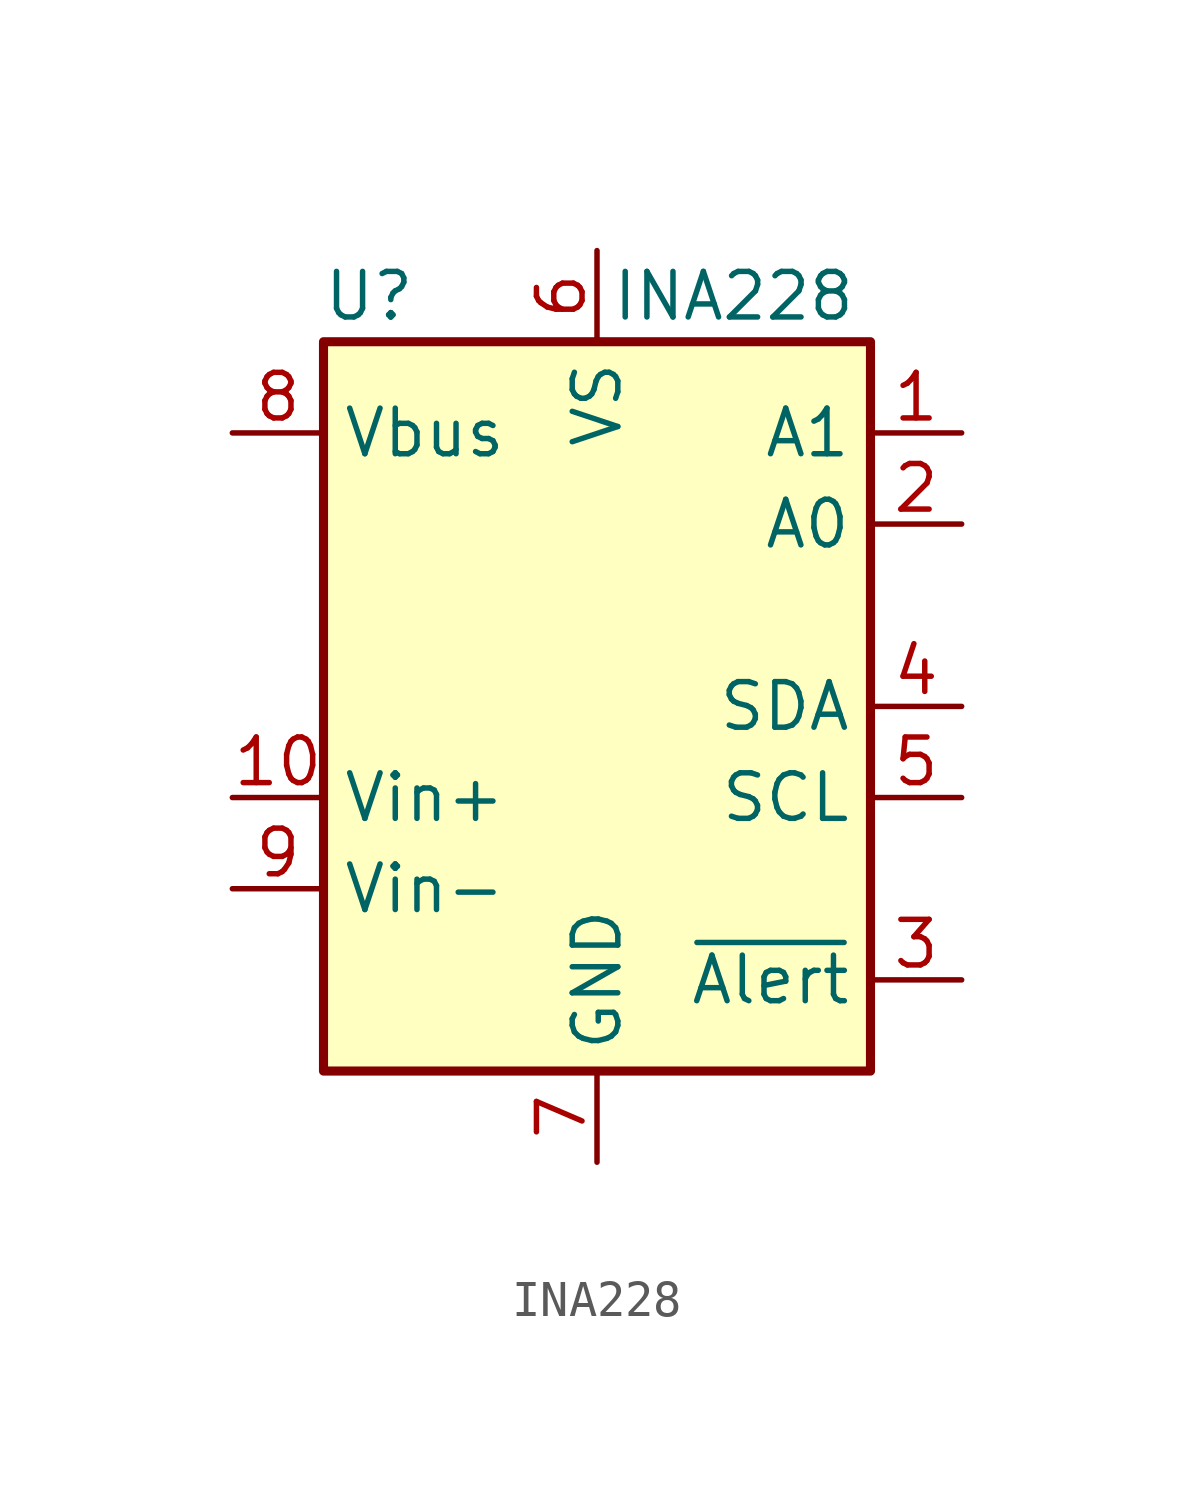
<source format=kicad_sym>
(kicad_symbol_lib
  (version 20220914)
  (generator kicad_symbol_editor)
  (symbol "INA228"
    (property "Reference" "U"
      (at -6.35 11.43 0)
      (effects (font (size 1.27 1.27))))
    (property "Value" "INA228"
      (at 3.81 11.43 0)
      (effects (font (size 1.27 1.27))))
    (symbol "INA228_0_1"
      (rectangle (start 7.62 10.16) (end -7.62 -10.16) (stroke (width 0.254) (type default)) (fill (type background))))
    (symbol "INA228_1_1"
      (pin input line (at 10.16 7.62 180) (length 2.54) (name "A1" (effects (font (size 1.27 1.27)))) (number "1" (effects (font (size 1.27 1.27)))))
      (pin input line (at -10.16 -2.54 0) (length 2.54) (name "Vin+" (effects (font (size 1.27 1.27)))) (number "10" (effects (font (size 1.27 1.27)))))
      (pin input line (at 10.16 5.08 180) (length 2.54) (name "A0" (effects (font (size 1.27 1.27)))) (number "2" (effects (font (size 1.27 1.27)))))
      (pin open_collector line (at 10.16 -7.62 180) (length 2.54) (name "~{Alert}" (effects (font (size 1.27 1.27)))) (number "3" (effects (font (size 1.27 1.27)))))
      (pin bidirectional line (at 10.16 0 180) (length 2.54) (name "SDA" (effects (font (size 1.27 1.27)))) (number "4" (effects (font (size 1.27 1.27)))))
      (pin input line (at 10.16 -2.54 180) (length 2.54) (name "SCL" (effects (font (size 1.27 1.27)))) (number "5" (effects (font (size 1.27 1.27)))))
      (pin power_in line (at 0 12.7 270) (length 2.54) (name "VS" (effects (font (size 1.27 1.27)))) (number "6" (effects (font (size 1.27 1.27)))))
      (pin power_in line (at 0 -12.7 90) (length 2.54) (name "GND" (effects (font (size 1.27 1.27)))) (number "7" (effects (font (size 1.27 1.27)))))
      (pin input line (at -10.16 7.62 0) (length 2.54) (name "Vbus" (effects (font (size 1.27 1.27)))) (number "8" (effects (font (size 1.27 1.27)))))
      (pin input line (at -10.16 -5.08 0) (length 2.54) (name "Vin-" (effects (font (size 1.27 1.27)))) (number "9" (effects (font (size 1.27 1.27))))))))
</source>
